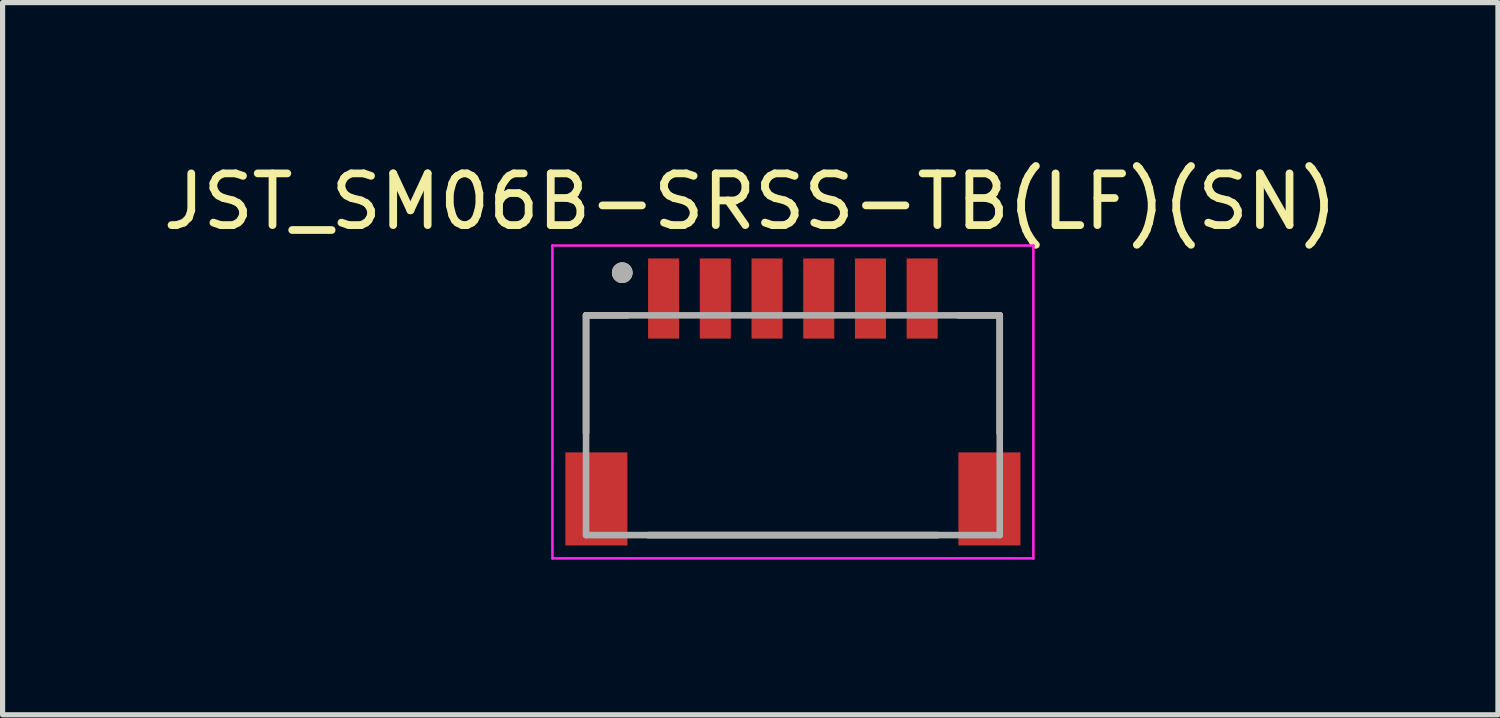
<source format=kicad_pcb>
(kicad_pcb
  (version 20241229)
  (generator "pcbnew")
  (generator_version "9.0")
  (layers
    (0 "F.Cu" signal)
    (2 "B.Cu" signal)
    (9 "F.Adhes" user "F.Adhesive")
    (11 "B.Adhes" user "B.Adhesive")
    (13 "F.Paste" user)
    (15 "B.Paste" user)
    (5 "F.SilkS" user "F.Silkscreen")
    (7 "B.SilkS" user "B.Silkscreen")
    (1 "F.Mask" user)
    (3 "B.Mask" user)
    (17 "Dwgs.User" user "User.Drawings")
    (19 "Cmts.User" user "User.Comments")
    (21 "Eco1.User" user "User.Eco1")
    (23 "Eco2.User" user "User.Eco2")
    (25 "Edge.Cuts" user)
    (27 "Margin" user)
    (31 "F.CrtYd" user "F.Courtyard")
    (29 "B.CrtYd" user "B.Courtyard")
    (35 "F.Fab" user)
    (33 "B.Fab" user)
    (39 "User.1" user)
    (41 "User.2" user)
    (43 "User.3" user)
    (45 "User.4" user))
  (footprint "JST_SM06B-SRSS-TB(LF)(SN)"
    (layer "F.Cu")
    (at 12.283 2.723)
    (property "Reference" "JST_SM06B-SRSS-TB(LF)(SN)" (at -0.825 -1.875 0) (layer "F.SilkS") (effects (font (size 1 1) (thickness 0.15))))
    (attr through_hole)
    (fp_line (start -4 0.325) (end -4 2.6) (stroke (width 0.127) (type solid)) (layer "F.SilkS"))
    (fp_line (start -3.2 0.325) (end -4 0.325) (stroke (width 0.127) (type solid)) (layer "F.SilkS"))
    (fp_line (start -2.8 4.575) (end 2.8 4.575) (stroke (width 0.127) (type solid)) (layer "F.SilkS"))
    (fp_line (start 3.2 0.325) (end 4 0.325) (stroke (width 0.127) (type solid)) (layer "F.SilkS"))
    (fp_line (start 4 0.325) (end 4 2.6) (stroke (width 0.127) (type solid)) (layer "F.SilkS"))
    (fp_circle (center -3.3 -0.5) (end -3.2 -0.5) (stroke (width 0.2) (type solid)) (fill no) (layer "F.SilkS"))
    (fp_line (start -4.65 -1.025) (end 4.65 -1.025) (stroke (width 0.05) (type solid)) (layer "F.CrtYd"))
    (fp_line (start -4.65 5.025) (end -4.65 -1.025) (stroke (width 0.05) (type solid)) (layer "F.CrtYd"))
    (fp_line (start 4.65 -1.025) (end 4.65 5.025) (stroke (width 0.05) (type solid)) (layer "F.CrtYd"))
    (fp_line (start 4.65 5.025) (end -4.65 5.025) (stroke (width 0.05) (type solid)) (layer "F.CrtYd"))
    (fp_line (start -4 0.325) (end 4 0.325) (stroke (width 0.127) (type solid)) (layer "F.Fab"))
    (fp_line (start -4 4.575) (end -4 0.325) (stroke (width 0.127) (type solid)) (layer "F.Fab"))
    (fp_line (start 4 0.325) (end 4 4.575) (stroke (width 0.127) (type solid)) (layer "F.Fab"))
    (fp_line (start 4 4.575) (end -4 4.575) (stroke (width 0.127) (type solid)) (layer "F.Fab"))
    (fp_circle (center -3.3 -0.5) (end -3.2 -0.5) (stroke (width 0.2) (type solid)) (fill no) (layer "F.Fab"))
    (pad "1" smd rect (at -2.5 0) (size 0.6 1.55) (layers "F.Cu" "F.Mask" "F.Paste"))
    (pad "2" smd rect (at -1.5 0) (size 0.6 1.55) (layers "F.Cu" "F.Mask" "F.Paste"))
    (pad "3" smd rect (at -0.5 0) (size 0.6 1.55) (layers "F.Cu" "F.Mask" "F.Paste"))
    (pad "4" smd rect (at 0.5 0) (size 0.6 1.55) (layers "F.Cu" "F.Mask" "F.Paste"))
    (pad "5" smd rect (at 1.5 0) (size 0.6 1.55) (layers "F.Cu" "F.Mask" "F.Paste"))
    (pad "6" smd rect (at 2.5 0) (size 0.6 1.55) (layers "F.Cu" "F.Mask" "F.Paste"))
    (pad "S1" smd rect (at -3.8 3.875) (size 1.2 1.8) (layers "F.Cu" "F.Mask" "F.Paste"))
    (pad "S2" smd rect (at 3.8 3.875) (size 1.2 1.8) (layers "F.Cu" "F.Mask" "F.Paste")))
  (gr_rect
    (start -3 -3)
    (end 25.917 10.773)
    (stroke (width 0.1) (type default))
    (fill no)
    (layer "Edge.Cuts")))
</source>
